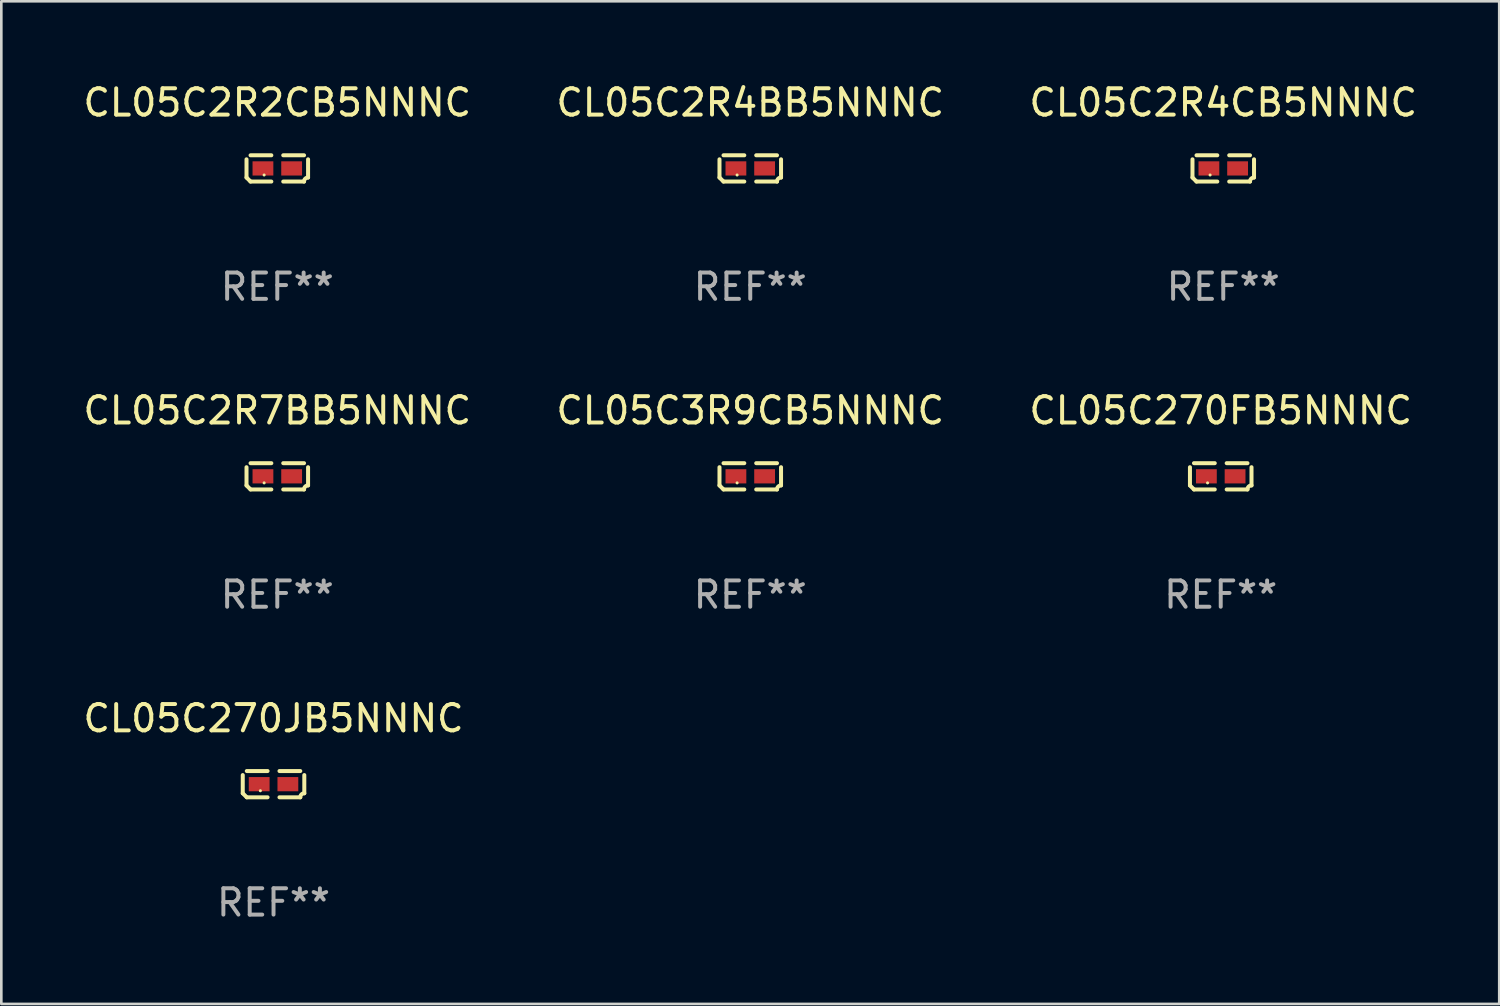
<source format=kicad_pcb>
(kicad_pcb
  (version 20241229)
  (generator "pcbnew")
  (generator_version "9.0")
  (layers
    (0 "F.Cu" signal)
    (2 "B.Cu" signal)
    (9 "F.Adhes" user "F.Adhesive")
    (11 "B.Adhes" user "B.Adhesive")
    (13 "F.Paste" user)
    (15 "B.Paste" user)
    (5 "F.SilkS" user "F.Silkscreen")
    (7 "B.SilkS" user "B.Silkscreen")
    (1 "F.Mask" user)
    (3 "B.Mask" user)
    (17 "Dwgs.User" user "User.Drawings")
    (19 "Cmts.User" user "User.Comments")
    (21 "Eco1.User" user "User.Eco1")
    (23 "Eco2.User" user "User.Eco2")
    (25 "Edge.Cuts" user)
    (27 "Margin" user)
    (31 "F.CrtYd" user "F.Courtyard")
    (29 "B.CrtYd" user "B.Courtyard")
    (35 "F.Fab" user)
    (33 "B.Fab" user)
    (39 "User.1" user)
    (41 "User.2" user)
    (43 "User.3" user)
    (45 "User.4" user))
  (footprint "CL05C270FB5NNNC"
    (layer "F.Cu")
    (at 43.315 15.041)
    (property "Reference" "CL05C270FB5NNNC" (at 0 -2.499 0) (layer "F.SilkS") (effects (font (size 1 1) (thickness 0.15))))
    (attr through_hole)
    (fp_line (start -1.169 0.346) (end -1.169 -0.346) (stroke (width 0.152) (type solid)) (layer "F.SilkS"))
    (fp_line (start -1.016 -0.499) (end -0.226 -0.499) (stroke (width 0.152) (type solid)) (layer "F.SilkS"))
    (fp_line (start -0.226 0.499) (end -1.016 0.499) (stroke (width 0.152) (type solid)) (layer "F.SilkS"))
    (fp_line (start 0.226 0.499) (end 1.016 0.499) (stroke (width 0.152) (type solid)) (layer "F.SilkS"))
    (fp_line (start 1.016 -0.499) (end 0.226 -0.499) (stroke (width 0.152) (type solid)) (layer "F.SilkS"))
    (fp_line (start 1.169 0.346) (end 1.169 -0.346) (stroke (width 0.152) (type solid)) (layer "F.SilkS"))
    (fp_arc (start -1.016307 0.498603) (mid -1.092512 0.422405) (end -1.16871 0.3462) (stroke (width 0.1524) (type solid)) (layer "F.SilkS"))
    (fp_arc (start 1.016307 0.498603) (mid 1.060899 0.390758) (end 1.168707 0.346076) (stroke (width 0.1524) (type solid)) (layer "F.SilkS"))
    (fp_circle (center -0.5 0.25) (end -0.47 0.25) (stroke (width 0.06) (type solid)) (fill no) (layer "F.SilkS"))
    (fp_text user "REF**" (at 0 4.499 0) (layer "F.Fab") (effects (font (size 1 1) (thickness 0.15))))
    (pad "1" smd rect (at -0.545 0) (size 0.79 0.54) (layers "F.Cu" "F.Mask" "F.Paste"))
    (pad "2" smd rect (at 0.545 0) (size 0.79 0.54) (layers "F.Cu" "F.Mask" "F.Paste")))
  (footprint "CL05C3R9CB5NNNC"
    (layer "F.Cu")
    (at 25.446 15.041)
    (property "Reference" "CL05C3R9CB5NNNC" (at 0 -2.499 0) (layer "F.SilkS") (effects (font (size 1 1) (thickness 0.15))))
    (attr through_hole)
    (fp_line (start -1.169 0.346) (end -1.169 -0.346) (stroke (width 0.152) (type solid)) (layer "F.SilkS"))
    (fp_line (start -1.016 -0.499) (end -0.226 -0.499) (stroke (width 0.152) (type solid)) (layer "F.SilkS"))
    (fp_line (start -0.226 0.499) (end -1.016 0.499) (stroke (width 0.152) (type solid)) (layer "F.SilkS"))
    (fp_line (start 0.226 0.499) (end 1.016 0.499) (stroke (width 0.152) (type solid)) (layer "F.SilkS"))
    (fp_line (start 1.016 -0.499) (end 0.226 -0.499) (stroke (width 0.152) (type solid)) (layer "F.SilkS"))
    (fp_line (start 1.169 0.346) (end 1.169 -0.346) (stroke (width 0.152) (type solid)) (layer "F.SilkS"))
    (fp_arc (start -1.016307 0.498603) (mid -1.092512 0.422405) (end -1.16871 0.3462) (stroke (width 0.1524) (type solid)) (layer "F.SilkS"))
    (fp_arc (start 1.016307 0.498603) (mid 1.060899 0.390758) (end 1.168707 0.346076) (stroke (width 0.1524) (type solid)) (layer "F.SilkS"))
    (fp_circle (center -0.5 0.25) (end -0.47 0.25) (stroke (width 0.06) (type solid)) (fill no) (layer "F.SilkS"))
    (fp_text user "REF**" (at 0 4.499 0) (layer "F.Fab") (effects (font (size 1 1) (thickness 0.15))))
    (pad "1" smd rect (at -0.545 0) (size 0.79 0.54) (layers "F.Cu" "F.Mask" "F.Paste"))
    (pad "2" smd rect (at 0.545 0) (size 0.79 0.54) (layers "F.Cu" "F.Mask" "F.Paste")))
  (footprint "CL05C2R2CB5NNNC"
    (layer "F.Cu")
    (at 7.482 3.347)
    (property "Reference" "CL05C2R2CB5NNNC" (at 0 -2.499 0) (layer "F.SilkS") (effects (font (size 1 1) (thickness 0.15))))
    (attr through_hole)
    (fp_line (start -1.169 0.346) (end -1.169 -0.346) (stroke (width 0.152) (type solid)) (layer "F.SilkS"))
    (fp_line (start -1.016 -0.499) (end -0.226 -0.499) (stroke (width 0.152) (type solid)) (layer "F.SilkS"))
    (fp_line (start -0.226 0.499) (end -1.016 0.499) (stroke (width 0.152) (type solid)) (layer "F.SilkS"))
    (fp_line (start 0.226 0.499) (end 1.016 0.499) (stroke (width 0.152) (type solid)) (layer "F.SilkS"))
    (fp_line (start 1.016 -0.499) (end 0.226 -0.499) (stroke (width 0.152) (type solid)) (layer "F.SilkS"))
    (fp_line (start 1.169 0.346) (end 1.169 -0.346) (stroke (width 0.152) (type solid)) (layer "F.SilkS"))
    (fp_arc (start -1.016307 0.498603) (mid -1.092512 0.422405) (end -1.16871 0.3462) (stroke (width 0.1524) (type solid)) (layer "F.SilkS"))
    (fp_arc (start 1.016307 0.498603) (mid 1.060899 0.390758) (end 1.168707 0.346076) (stroke (width 0.1524) (type solid)) (layer "F.SilkS"))
    (fp_circle (center -0.5 0.25) (end -0.47 0.25) (stroke (width 0.06) (type solid)) (fill no) (layer "F.SilkS"))
    (fp_text user "REF**" (at 0 4.499 0) (layer "F.Fab") (effects (font (size 1 1) (thickness 0.15))))
    (pad "1" smd rect (at -0.545 0) (size 0.79 0.54) (layers "F.Cu" "F.Mask" "F.Paste"))
    (pad "2" smd rect (at 0.545 0) (size 0.79 0.54) (layers "F.Cu" "F.Mask" "F.Paste")))
  (footprint "CL05C270JB5NNNC"
    (layer "F.Cu")
    (at 7.339 26.734)
    (property "Reference" "CL05C270JB5NNNC" (at 0 -2.499 0) (layer "F.SilkS") (effects (font (size 1 1) (thickness 0.15))))
    (attr through_hole)
    (fp_line (start -1.169 0.346) (end -1.169 -0.346) (stroke (width 0.152) (type solid)) (layer "F.SilkS"))
    (fp_line (start -1.016 -0.499) (end -0.226 -0.499) (stroke (width 0.152) (type solid)) (layer "F.SilkS"))
    (fp_line (start -0.226 0.499) (end -1.016 0.499) (stroke (width 0.152) (type solid)) (layer "F.SilkS"))
    (fp_line (start 0.226 0.499) (end 1.016 0.499) (stroke (width 0.152) (type solid)) (layer "F.SilkS"))
    (fp_line (start 1.016 -0.499) (end 0.226 -0.499) (stroke (width 0.152) (type solid)) (layer "F.SilkS"))
    (fp_line (start 1.169 0.346) (end 1.169 -0.346) (stroke (width 0.152) (type solid)) (layer "F.SilkS"))
    (fp_arc (start -1.016307 0.498603) (mid -1.092512 0.422405) (end -1.16871 0.3462) (stroke (width 0.1524) (type solid)) (layer "F.SilkS"))
    (fp_arc (start 1.016307 0.498603) (mid 1.060899 0.390758) (end 1.168707 0.346076) (stroke (width 0.1524) (type solid)) (layer "F.SilkS"))
    (fp_circle (center -0.5 0.25) (end -0.47 0.25) (stroke (width 0.06) (type solid)) (fill no) (layer "F.SilkS"))
    (fp_text user "REF**" (at 0 4.499 0) (layer "F.Fab") (effects (font (size 1 1) (thickness 0.15))))
    (pad "1" smd rect (at -0.545 0) (size 0.79 0.54) (layers "F.Cu" "F.Mask" "F.Paste"))
    (pad "2" smd rect (at 0.545 0) (size 0.79 0.54) (layers "F.Cu" "F.Mask" "F.Paste")))
  (footprint "CL05C2R4CB5NNNC"
    (layer "F.Cu")
    (at 43.411 3.347)
    (property "Reference" "CL05C2R4CB5NNNC" (at 0 -2.499 0) (layer "F.SilkS") (effects (font (size 1 1) (thickness 0.15))))
    (attr through_hole)
    (fp_line (start -1.169 0.346) (end -1.169 -0.346) (stroke (width 0.152) (type solid)) (layer "F.SilkS"))
    (fp_line (start -1.016 -0.499) (end -0.226 -0.499) (stroke (width 0.152) (type solid)) (layer "F.SilkS"))
    (fp_line (start -0.226 0.499) (end -1.016 0.499) (stroke (width 0.152) (type solid)) (layer "F.SilkS"))
    (fp_line (start 0.226 0.499) (end 1.016 0.499) (stroke (width 0.152) (type solid)) (layer "F.SilkS"))
    (fp_line (start 1.016 -0.499) (end 0.226 -0.499) (stroke (width 0.152) (type solid)) (layer "F.SilkS"))
    (fp_line (start 1.169 0.346) (end 1.169 -0.346) (stroke (width 0.152) (type solid)) (layer "F.SilkS"))
    (fp_arc (start -1.016307 0.498603) (mid -1.092512 0.422405) (end -1.16871 0.3462) (stroke (width 0.1524) (type solid)) (layer "F.SilkS"))
    (fp_arc (start 1.016307 0.498603) (mid 1.060899 0.390758) (end 1.168707 0.346076) (stroke (width 0.1524) (type solid)) (layer "F.SilkS"))
    (fp_circle (center -0.5 0.25) (end -0.47 0.25) (stroke (width 0.06) (type solid)) (fill no) (layer "F.SilkS"))
    (fp_text user "REF**" (at 0 4.499 0) (layer "F.Fab") (effects (font (size 1 1) (thickness 0.15))))
    (pad "1" smd rect (at -0.545 0) (size 0.79 0.54) (layers "F.Cu" "F.Mask" "F.Paste"))
    (pad "2" smd rect (at 0.545 0) (size 0.79 0.54) (layers "F.Cu" "F.Mask" "F.Paste")))
  (footprint "CL05C2R4BB5NNNC"
    (layer "F.Cu")
    (at 25.446 3.347)
    (property "Reference" "CL05C2R4BB5NNNC" (at 0 -2.499 0) (layer "F.SilkS") (effects (font (size 1 1) (thickness 0.15))))
    (attr through_hole)
    (fp_line (start -1.169 0.346) (end -1.169 -0.346) (stroke (width 0.152) (type solid)) (layer "F.SilkS"))
    (fp_line (start -1.016 -0.499) (end -0.226 -0.499) (stroke (width 0.152) (type solid)) (layer "F.SilkS"))
    (fp_line (start -0.226 0.499) (end -1.016 0.499) (stroke (width 0.152) (type solid)) (layer "F.SilkS"))
    (fp_line (start 0.226 0.499) (end 1.016 0.499) (stroke (width 0.152) (type solid)) (layer "F.SilkS"))
    (fp_line (start 1.016 -0.499) (end 0.226 -0.499) (stroke (width 0.152) (type solid)) (layer "F.SilkS"))
    (fp_line (start 1.169 0.346) (end 1.169 -0.346) (stroke (width 0.152) (type solid)) (layer "F.SilkS"))
    (fp_arc (start -1.016307 0.498603) (mid -1.092512 0.422405) (end -1.16871 0.3462) (stroke (width 0.1524) (type solid)) (layer "F.SilkS"))
    (fp_arc (start 1.016307 0.498603) (mid 1.060899 0.390758) (end 1.168707 0.346076) (stroke (width 0.1524) (type solid)) (layer "F.SilkS"))
    (fp_circle (center -0.5 0.25) (end -0.47 0.25) (stroke (width 0.06) (type solid)) (fill no) (layer "F.SilkS"))
    (fp_text user "REF**" (at 0 4.499 0) (layer "F.Fab") (effects (font (size 1 1) (thickness 0.15))))
    (pad "1" smd rect (at -0.545 0) (size 0.79 0.54) (layers "F.Cu" "F.Mask" "F.Paste"))
    (pad "2" smd rect (at 0.545 0) (size 0.79 0.54) (layers "F.Cu" "F.Mask" "F.Paste")))
  (footprint "CL05C2R7BB5NNNC"
    (layer "F.Cu")
    (at 7.482 15.041)
    (property "Reference" "CL05C2R7BB5NNNC" (at 0 -2.499 0) (layer "F.SilkS") (effects (font (size 1 1) (thickness 0.15))))
    (attr through_hole)
    (fp_line (start -1.169 0.346) (end -1.169 -0.346) (stroke (width 0.152) (type solid)) (layer "F.SilkS"))
    (fp_line (start -1.016 -0.499) (end -0.226 -0.499) (stroke (width 0.152) (type solid)) (layer "F.SilkS"))
    (fp_line (start -0.226 0.499) (end -1.016 0.499) (stroke (width 0.152) (type solid)) (layer "F.SilkS"))
    (fp_line (start 0.226 0.499) (end 1.016 0.499) (stroke (width 0.152) (type solid)) (layer "F.SilkS"))
    (fp_line (start 1.016 -0.499) (end 0.226 -0.499) (stroke (width 0.152) (type solid)) (layer "F.SilkS"))
    (fp_line (start 1.169 0.346) (end 1.169 -0.346) (stroke (width 0.152) (type solid)) (layer "F.SilkS"))
    (fp_arc (start -1.016307 0.498603) (mid -1.092512 0.422405) (end -1.16871 0.3462) (stroke (width 0.1524) (type solid)) (layer "F.SilkS"))
    (fp_arc (start 1.016307 0.498603) (mid 1.060899 0.390758) (end 1.168707 0.346076) (stroke (width 0.1524) (type solid)) (layer "F.SilkS"))
    (fp_circle (center -0.5 0.25) (end -0.47 0.25) (stroke (width 0.06) (type solid)) (fill no) (layer "F.SilkS"))
    (fp_text user "REF**" (at 0 4.499 0) (layer "F.Fab") (effects (font (size 1 1) (thickness 0.15))))
    (pad "1" smd rect (at -0.545 0) (size 0.79 0.54) (layers "F.Cu" "F.Mask" "F.Paste"))
    (pad "2" smd rect (at 0.545 0) (size 0.79 0.54) (layers "F.Cu" "F.Mask" "F.Paste")))
  (gr_rect
    (start -3 -3)
    (end 53.893 35.081)
    (stroke (width 0.1) (type default))
    (fill no)
    (layer "Edge.Cuts")))
</source>
